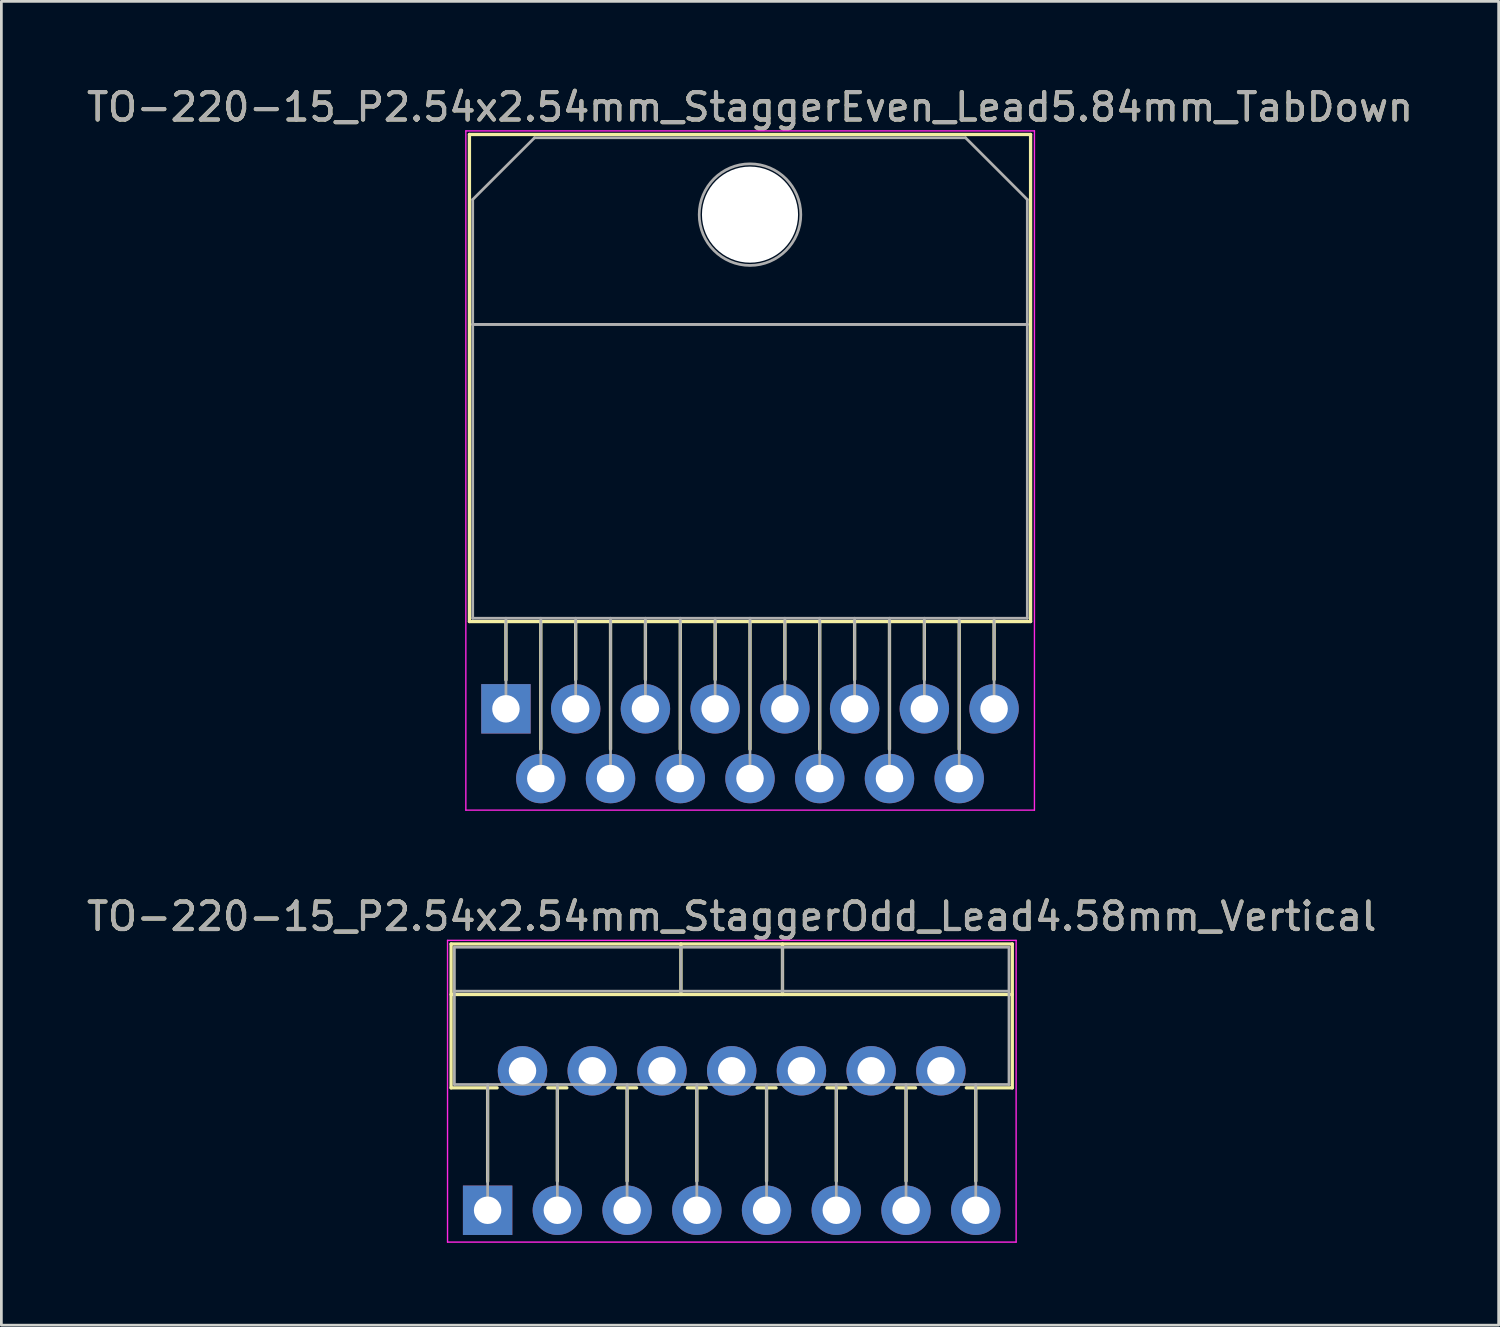
<source format=kicad_pcb>
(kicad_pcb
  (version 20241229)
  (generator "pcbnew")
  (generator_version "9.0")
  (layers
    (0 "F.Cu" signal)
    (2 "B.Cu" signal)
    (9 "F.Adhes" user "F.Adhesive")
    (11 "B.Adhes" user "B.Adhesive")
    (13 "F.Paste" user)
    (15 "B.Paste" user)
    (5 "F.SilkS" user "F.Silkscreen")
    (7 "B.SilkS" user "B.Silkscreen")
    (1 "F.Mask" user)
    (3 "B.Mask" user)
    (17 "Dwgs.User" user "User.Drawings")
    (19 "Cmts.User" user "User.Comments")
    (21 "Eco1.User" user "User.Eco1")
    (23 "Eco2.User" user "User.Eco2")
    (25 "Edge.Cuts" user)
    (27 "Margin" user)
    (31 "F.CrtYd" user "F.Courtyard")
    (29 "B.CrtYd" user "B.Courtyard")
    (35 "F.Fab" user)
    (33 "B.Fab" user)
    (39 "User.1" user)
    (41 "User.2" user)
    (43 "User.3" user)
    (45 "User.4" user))
  (footprint "TO-220-15_P2.54x2.54mm_StaggerOdd_Lead4.58mm_Vertical"
    (layer "F.Cu")
    (at 14.711 41.032)
    (property "Reference" "TO-220-15_P2.54x2.54mm_StaggerOdd_Lead4.58mm_Vertical" (at 8.89 -10.7 0) (layer "F.SilkS") (effects (font (size 1 1) (thickness 0.15))))
    (attr through_hole)
    (fp_line (start -1.33 -9.7) (end -1.33 -4.459) (stroke (width 0.12) (type solid)) (layer "F.SilkS"))
    (fp_line (start -1.33 -9.7) (end 19.11 -9.7) (stroke (width 0.12) (type solid)) (layer "F.SilkS"))
    (fp_line (start -1.33 -7.86) (end 19.11 -7.86) (stroke (width 0.12) (type solid)) (layer "F.SilkS"))
    (fp_line (start -1.33 -4.459) (end 0.346 -4.459) (stroke (width 0.12) (type solid)) (layer "F.SilkS"))
    (fp_line (start 0 -4.459) (end 0 -1.05) (stroke (width 0.12) (type solid)) (layer "F.SilkS"))
    (fp_line (start 2.195 -4.459) (end 2.886 -4.459) (stroke (width 0.12) (type solid)) (layer "F.SilkS"))
    (fp_line (start 2.54 -4.459) (end 2.54 -1.065) (stroke (width 0.12) (type solid)) (layer "F.SilkS"))
    (fp_line (start 4.735 -4.459) (end 5.426 -4.459) (stroke (width 0.12) (type solid)) (layer "F.SilkS"))
    (fp_line (start 5.08 -4.459) (end 5.08 -1.065) (stroke (width 0.12) (type solid)) (layer "F.SilkS"))
    (fp_line (start 7.041 -9.7) (end 7.041 -7.86) (stroke (width 0.12) (type solid)) (layer "F.SilkS"))
    (fp_line (start 7.275 -4.459) (end 7.966 -4.459) (stroke (width 0.12) (type solid)) (layer "F.SilkS"))
    (fp_line (start 7.62 -4.459) (end 7.62 -1.065) (stroke (width 0.12) (type solid)) (layer "F.SilkS"))
    (fp_line (start 9.815 -4.459) (end 10.506 -4.459) (stroke (width 0.12) (type solid)) (layer "F.SilkS"))
    (fp_line (start 10.16 -4.459) (end 10.16 -1.065) (stroke (width 0.12) (type solid)) (layer "F.SilkS"))
    (fp_line (start 10.74 -9.7) (end 10.74 -7.86) (stroke (width 0.12) (type solid)) (layer "F.SilkS"))
    (fp_line (start 12.355 -4.459) (end 13.046 -4.459) (stroke (width 0.12) (type solid)) (layer "F.SilkS"))
    (fp_line (start 12.7 -4.459) (end 12.7 -1.065) (stroke (width 0.12) (type solid)) (layer "F.SilkS"))
    (fp_line (start 14.895 -4.459) (end 15.586 -4.459) (stroke (width 0.12) (type solid)) (layer "F.SilkS"))
    (fp_line (start 15.24 -4.459) (end 15.24 -1.065) (stroke (width 0.12) (type solid)) (layer "F.SilkS"))
    (fp_line (start 17.435 -4.459) (end 19.11 -4.459) (stroke (width 0.12) (type solid)) (layer "F.SilkS"))
    (fp_line (start 17.78 -4.459) (end 17.78 -1.065) (stroke (width 0.12) (type solid)) (layer "F.SilkS"))
    (fp_line (start 19.11 -9.7) (end 19.11 -4.459) (stroke (width 0.12) (type solid)) (layer "F.SilkS"))
    (fp_line (start -1.46 -9.83) (end -1.46 1.16) (stroke (width 0.05) (type solid)) (layer "F.CrtYd"))
    (fp_line (start -1.46 1.16) (end 19.25 1.16) (stroke (width 0.05) (type solid)) (layer "F.CrtYd"))
    (fp_line (start 19.25 -9.83) (end -1.46 -9.83) (stroke (width 0.05) (type solid)) (layer "F.CrtYd"))
    (fp_line (start 19.25 1.16) (end 19.25 -9.83) (stroke (width 0.05) (type solid)) (layer "F.CrtYd"))
    (fp_line (start -1.21 -9.58) (end -1.21 -4.58) (stroke (width 0.1) (type solid)) (layer "F.Fab"))
    (fp_line (start -1.21 -7.98) (end 18.99 -7.98) (stroke (width 0.1) (type solid)) (layer "F.Fab"))
    (fp_line (start -1.21 -4.58) (end 18.99 -4.58) (stroke (width 0.1) (type solid)) (layer "F.Fab"))
    (fp_line (start 0 -4.58) (end 0 0) (stroke (width 0.1) (type solid)) (layer "F.Fab"))
    (fp_line (start 2.54 -4.58) (end 2.54 0) (stroke (width 0.1) (type solid)) (layer "F.Fab"))
    (fp_line (start 5.08 -4.58) (end 5.08 0) (stroke (width 0.1) (type solid)) (layer "F.Fab"))
    (fp_line (start 7.04 -9.58) (end 7.04 -7.98) (stroke (width 0.1) (type solid)) (layer "F.Fab"))
    (fp_line (start 7.62 -4.58) (end 7.62 0) (stroke (width 0.1) (type solid)) (layer "F.Fab"))
    (fp_line (start 10.16 -4.58) (end 10.16 0) (stroke (width 0.1) (type solid)) (layer "F.Fab"))
    (fp_line (start 10.74 -9.58) (end 10.74 -7.98) (stroke (width 0.1) (type solid)) (layer "F.Fab"))
    (fp_line (start 12.7 -4.58) (end 12.7 0) (stroke (width 0.1) (type solid)) (layer "F.Fab"))
    (fp_line (start 15.24 -4.58) (end 15.24 0) (stroke (width 0.1) (type solid)) (layer "F.Fab"))
    (fp_line (start 17.78 -4.58) (end 17.78 0) (stroke (width 0.1) (type solid)) (layer "F.Fab"))
    (fp_line (start 18.99 -9.58) (end -1.21 -9.58) (stroke (width 0.1) (type solid)) (layer "F.Fab"))
    (fp_line (start 18.99 -4.58) (end 18.99 -9.58) (stroke (width 0.1) (type solid)) (layer "F.Fab"))
    (fp_text user "${REFERENCE}" (at 8.89 -10.7 0) (layer "F.Fab") (effects (font (size 1 1) (thickness 0.15))))
    (pad "1" thru_hole rect (at 0 0) (size 1.8 1.8) (drill 1) (layers "*.Cu" "*.Mask"))
    (pad "2" thru_hole oval (at 1.27 -5.08) (size 1.8 1.8) (drill 1) (layers "*.Cu" "*.Mask"))
    (pad "3" thru_hole oval (at 2.54 0) (size 1.8 1.8) (drill 1) (layers "*.Cu" "*.Mask"))
    (pad "4" thru_hole oval (at 3.81 -5.08) (size 1.8 1.8) (drill 1) (layers "*.Cu" "*.Mask"))
    (pad "5" thru_hole oval (at 5.08 0) (size 1.8 1.8) (drill 1) (layers "*.Cu" "*.Mask"))
    (pad "6" thru_hole oval (at 6.35 -5.08) (size 1.8 1.8) (drill 1) (layers "*.Cu" "*.Mask"))
    (pad "7" thru_hole oval (at 7.62 0) (size 1.8 1.8) (drill 1) (layers "*.Cu" "*.Mask"))
    (pad "8" thru_hole oval (at 8.89 -5.08) (size 1.8 1.8) (drill 1) (layers "*.Cu" "*.Mask"))
    (pad "9" thru_hole oval (at 10.16 0) (size 1.8 1.8) (drill 1) (layers "*.Cu" "*.Mask"))
    (pad "10" thru_hole oval (at 11.43 -5.08) (size 1.8 1.8) (drill 1) (layers "*.Cu" "*.Mask"))
    (pad "11" thru_hole oval (at 12.7 0) (size 1.8 1.8) (drill 1) (layers "*.Cu" "*.Mask"))
    (pad "12" thru_hole oval (at 13.97 -5.08) (size 1.8 1.8) (drill 1) (layers "*.Cu" "*.Mask"))
    (pad "13" thru_hole oval (at 15.24 0) (size 1.8 1.8) (drill 1) (layers "*.Cu" "*.Mask"))
    (pad "14" thru_hole oval (at 16.51 -5.08) (size 1.8 1.8) (drill 1) (layers "*.Cu" "*.Mask"))
    (pad "15" thru_hole oval (at 17.78 0) (size 1.8 1.8) (drill 1) (layers "*.Cu" "*.Mask")))
  (footprint "TO-220-15_P2.54x2.54mm_StaggerEven_Lead5.84mm_TabDown"
    (layer "F.Cu")
    (at 15.378 22.768)
    (property "Reference" "TO-220-15_P2.54x2.54mm_StaggerEven_Lead5.84mm_TabDown" (at 8.89 -21.92 0) (layer "F.SilkS") (effects (font (size 1 1) (thickness 0.15))))
    (attr through_hole)
    (fp_line (start -1.33 -20.92) (end -1.33 -3.18) (stroke (width 0.12) (type solid)) (layer "F.SilkS"))
    (fp_line (start -1.33 -20.92) (end 19.11 -20.92) (stroke (width 0.12) (type solid)) (layer "F.SilkS"))
    (fp_line (start -1.33 -3.18) (end 19.11 -3.18) (stroke (width 0.12) (type solid)) (layer "F.SilkS"))
    (fp_line (start 0 -3.18) (end 0 -1.05) (stroke (width 0.12) (type solid)) (layer "F.SilkS"))
    (fp_line (start 1.27 -3.18) (end 1.27 1.475) (stroke (width 0.12) (type solid)) (layer "F.SilkS"))
    (fp_line (start 2.54 -3.18) (end 2.54 -1.066) (stroke (width 0.12) (type solid)) (layer "F.SilkS"))
    (fp_line (start 3.81 -3.18) (end 3.81 1.475) (stroke (width 0.12) (type solid)) (layer "F.SilkS"))
    (fp_line (start 5.08 -3.18) (end 5.08 -1.066) (stroke (width 0.12) (type solid)) (layer "F.SilkS"))
    (fp_line (start 6.35 -3.18) (end 6.35 1.475) (stroke (width 0.12) (type solid)) (layer "F.SilkS"))
    (fp_line (start 7.62 -3.18) (end 7.62 -1.066) (stroke (width 0.12) (type solid)) (layer "F.SilkS"))
    (fp_line (start 8.89 -3.18) (end 8.89 1.475) (stroke (width 0.12) (type solid)) (layer "F.SilkS"))
    (fp_line (start 10.16 -3.18) (end 10.16 -1.066) (stroke (width 0.12) (type solid)) (layer "F.SilkS"))
    (fp_line (start 11.43 -3.18) (end 11.43 1.475) (stroke (width 0.12) (type solid)) (layer "F.SilkS"))
    (fp_line (start 12.7 -3.18) (end 12.7 -1.066) (stroke (width 0.12) (type solid)) (layer "F.SilkS"))
    (fp_line (start 13.97 -3.18) (end 13.97 1.475) (stroke (width 0.12) (type solid)) (layer "F.SilkS"))
    (fp_line (start 15.24 -3.18) (end 15.24 -1.066) (stroke (width 0.12) (type solid)) (layer "F.SilkS"))
    (fp_line (start 16.51 -3.18) (end 16.51 1.475) (stroke (width 0.12) (type solid)) (layer "F.SilkS"))
    (fp_line (start 17.78 -3.18) (end 17.78 -1.066) (stroke (width 0.12) (type solid)) (layer "F.SilkS"))
    (fp_line (start 19.11 -20.92) (end 19.11 -3.18) (stroke (width 0.12) (type solid)) (layer "F.SilkS"))
    (fp_line (start -1.46 -21.05) (end -1.46 3.69) (stroke (width 0.05) (type solid)) (layer "F.CrtYd"))
    (fp_line (start -1.46 3.69) (end 19.25 3.69) (stroke (width 0.05) (type solid)) (layer "F.CrtYd"))
    (fp_line (start 19.25 -21.05) (end -1.46 -21.05) (stroke (width 0.05) (type solid)) (layer "F.CrtYd"))
    (fp_line (start 19.25 3.69) (end 19.25 -21.05) (stroke (width 0.05) (type solid)) (layer "F.CrtYd"))
    (fp_line (start -1.21 -18.55) (end 1.041 -20.8) (stroke (width 0.1) (type solid)) (layer "F.Fab"))
    (fp_line (start -1.21 -14) (end -1.21 -18.55) (stroke (width 0.1) (type solid)) (layer "F.Fab"))
    (fp_line (start -1.21 -14) (end 18.99 -14) (stroke (width 0.1) (type solid)) (layer "F.Fab"))
    (fp_line (start -1.21 -3.3) (end -1.21 -14) (stroke (width 0.1) (type solid)) (layer "F.Fab"))
    (fp_line (start 0 -3.3) (end 0 0) (stroke (width 0.1) (type solid)) (layer "F.Fab"))
    (fp_line (start 1.041 -20.8) (end 16.74 -20.8) (stroke (width 0.1) (type solid)) (layer "F.Fab"))
    (fp_line (start 1.27 -3.3) (end 1.27 2.54) (stroke (width 0.1) (type solid)) (layer "F.Fab"))
    (fp_line (start 2.54 -3.3) (end 2.54 0) (stroke (width 0.1) (type solid)) (layer "F.Fab"))
    (fp_line (start 3.81 -3.3) (end 3.81 2.54) (stroke (width 0.1) (type solid)) (layer "F.Fab"))
    (fp_line (start 5.08 -3.3) (end 5.08 0) (stroke (width 0.1) (type solid)) (layer "F.Fab"))
    (fp_line (start 6.35 -3.3) (end 6.35 2.54) (stroke (width 0.1) (type solid)) (layer "F.Fab"))
    (fp_line (start 7.62 -3.3) (end 7.62 0) (stroke (width 0.1) (type solid)) (layer "F.Fab"))
    (fp_line (start 8.89 -3.3) (end 8.89 2.54) (stroke (width 0.1) (type solid)) (layer "F.Fab"))
    (fp_line (start 10.16 -3.3) (end 10.16 0) (stroke (width 0.1) (type solid)) (layer "F.Fab"))
    (fp_line (start 11.43 -3.3) (end 11.43 2.54) (stroke (width 0.1) (type solid)) (layer "F.Fab"))
    (fp_line (start 12.7 -3.3) (end 12.7 0) (stroke (width 0.1) (type solid)) (layer "F.Fab"))
    (fp_line (start 13.97 -3.3) (end 13.97 2.54) (stroke (width 0.1) (type solid)) (layer "F.Fab"))
    (fp_line (start 15.24 -3.3) (end 15.24 0) (stroke (width 0.1) (type solid)) (layer "F.Fab"))
    (fp_line (start 16.51 -3.3) (end 16.51 2.54) (stroke (width 0.1) (type solid)) (layer "F.Fab"))
    (fp_line (start 16.74 -20.8) (end 18.99 -18.55) (stroke (width 0.1) (type solid)) (layer "F.Fab"))
    (fp_line (start 17.78 -3.3) (end 17.78 0) (stroke (width 0.1) (type solid)) (layer "F.Fab"))
    (fp_line (start 18.99 -18.55) (end 18.99 -14) (stroke (width 0.1) (type solid)) (layer "F.Fab"))
    (fp_line (start 18.99 -14) (end -1.21 -14) (stroke (width 0.1) (type solid)) (layer "F.Fab"))
    (fp_line (start 18.99 -14) (end 18.99 -3.3) (stroke (width 0.1) (type solid)) (layer "F.Fab"))
    (fp_line (start 18.99 -3.3) (end -1.21 -3.3) (stroke (width 0.1) (type solid)) (layer "F.Fab"))
    (fp_circle (center 8.89 -18) (end 10.74 -18) (stroke (width 0.1) (type solid)) (fill no) (layer "F.Fab"))
    (fp_text user "${REFERENCE}" (at 8.89 -21.92 0) (layer "F.Fab") (effects (font (size 1 1) (thickness 0.15))))
    (pad "" np_thru_hole oval (at 8.89 -18) (size 3.5 3.5) (drill 3.5) (layers "*.Cu" "*.Mask"))
    (pad "1" thru_hole rect (at 0 0) (size 1.8 1.8) (drill 1) (layers "*.Cu" "*.Mask"))
    (pad "2" thru_hole oval (at 1.27 2.54) (size 1.8 1.8) (drill 1) (layers "*.Cu" "*.Mask"))
    (pad "3" thru_hole oval (at 2.54 0) (size 1.8 1.8) (drill 1) (layers "*.Cu" "*.Mask"))
    (pad "4" thru_hole oval (at 3.81 2.54) (size 1.8 1.8) (drill 1) (layers "*.Cu" "*.Mask"))
    (pad "5" thru_hole oval (at 5.08 0) (size 1.8 1.8) (drill 1) (layers "*.Cu" "*.Mask"))
    (pad "6" thru_hole oval (at 6.35 2.54) (size 1.8 1.8) (drill 1) (layers "*.Cu" "*.Mask"))
    (pad "7" thru_hole oval (at 7.62 0) (size 1.8 1.8) (drill 1) (layers "*.Cu" "*.Mask"))
    (pad "8" thru_hole oval (at 8.89 2.54) (size 1.8 1.8) (drill 1) (layers "*.Cu" "*.Mask"))
    (pad "9" thru_hole oval (at 10.16 0) (size 1.8 1.8) (drill 1) (layers "*.Cu" "*.Mask"))
    (pad "10" thru_hole oval (at 11.43 2.54) (size 1.8 1.8) (drill 1) (layers "*.Cu" "*.Mask"))
    (pad "11" thru_hole oval (at 12.7 0) (size 1.8 1.8) (drill 1) (layers "*.Cu" "*.Mask"))
    (pad "12" thru_hole oval (at 13.97 2.54) (size 1.8 1.8) (drill 1) (layers "*.Cu" "*.Mask"))
    (pad "13" thru_hole oval (at 15.24 0) (size 1.8 1.8) (drill 1) (layers "*.Cu" "*.Mask"))
    (pad "14" thru_hole oval (at 16.51 2.54) (size 1.8 1.8) (drill 1) (layers "*.Cu" "*.Mask"))
    (pad "15" thru_hole oval (at 17.78 0) (size 1.8 1.8) (drill 1) (layers "*.Cu" "*.Mask")))
  (gr_rect
    (start -3 -3)
    (end 51.536 45.217)
    (stroke (width 0.1) (type default))
    (fill no)
    (layer "Edge.Cuts")))
</source>
